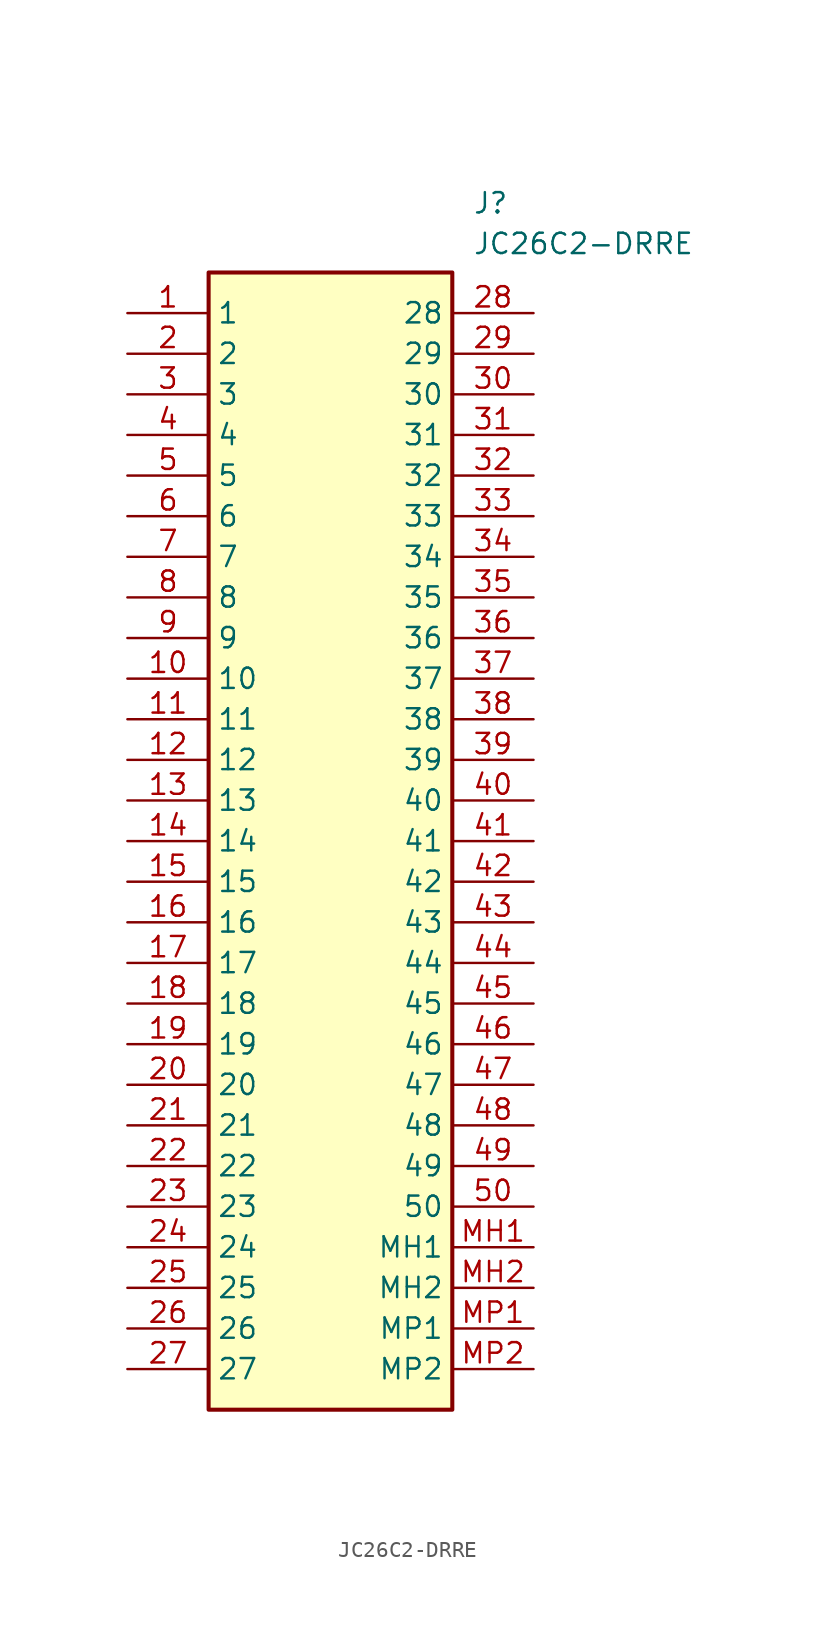
<source format=kicad_sym>
(kicad_symbol_lib
  (version 20211014)
  (generator SamacSys_ECAD_Model)
  (symbol "JC26C2-DRRE"
    (property "Reference" "J"
      (at 21.59 7.62 0)
      (effects (font (size 1.27 1.27)) (justify left top)))
    (property "Value" "JC26C2-DRRE"
      (at 21.59 5.08 0)
      (effects (font (size 1.27 1.27)) (justify left top)))
    (rectangle
      (start 5.08 2.54)
      (end 20.32 -68.58)
      (stroke (width 0.254) (type default))
      (fill (type background)))
    (pin passive line
      (at 0 0 0)
      (length 5.08)
      (name "1" (effects (font (size 1.27 1.27))))
      (number "1" (effects (font (size 1.27 1.27)))))
    (pin passive line
      (at 0 -2.54 0)
      (length 5.08)
      (name "2" (effects (font (size 1.27 1.27))))
      (number "2" (effects (font (size 1.27 1.27)))))
    (pin passive line
      (at 0 -5.08 0)
      (length 5.08)
      (name "3" (effects (font (size 1.27 1.27))))
      (number "3" (effects (font (size 1.27 1.27)))))
    (pin passive line
      (at 0 -7.62 0)
      (length 5.08)
      (name "4" (effects (font (size 1.27 1.27))))
      (number "4" (effects (font (size 1.27 1.27)))))
    (pin passive line
      (at 0 -10.16 0)
      (length 5.08)
      (name "5" (effects (font (size 1.27 1.27))))
      (number "5" (effects (font (size 1.27 1.27)))))
    (pin passive line
      (at 0 -12.7 0)
      (length 5.08)
      (name "6" (effects (font (size 1.27 1.27))))
      (number "6" (effects (font (size 1.27 1.27)))))
    (pin passive line
      (at 0 -15.24 0)
      (length 5.08)
      (name "7" (effects (font (size 1.27 1.27))))
      (number "7" (effects (font (size 1.27 1.27)))))
    (pin passive line
      (at 0 -17.78 0)
      (length 5.08)
      (name "8" (effects (font (size 1.27 1.27))))
      (number "8" (effects (font (size 1.27 1.27)))))
    (pin passive line
      (at 0 -20.32 0)
      (length 5.08)
      (name "9" (effects (font (size 1.27 1.27))))
      (number "9" (effects (font (size 1.27 1.27)))))
    (pin passive line
      (at 0 -22.86 0)
      (length 5.08)
      (name "10" (effects (font (size 1.27 1.27))))
      (number "10" (effects (font (size 1.27 1.27)))))
    (pin passive line
      (at 0 -25.4 0)
      (length 5.08)
      (name "11" (effects (font (size 1.27 1.27))))
      (number "11" (effects (font (size 1.27 1.27)))))
    (pin passive line
      (at 0 -27.94 0)
      (length 5.08)
      (name "12" (effects (font (size 1.27 1.27))))
      (number "12" (effects (font (size 1.27 1.27)))))
    (pin passive line
      (at 0 -30.48 0)
      (length 5.08)
      (name "13" (effects (font (size 1.27 1.27))))
      (number "13" (effects (font (size 1.27 1.27)))))
    (pin passive line
      (at 0 -33.02 0)
      (length 5.08)
      (name "14" (effects (font (size 1.27 1.27))))
      (number "14" (effects (font (size 1.27 1.27)))))
    (pin passive line
      (at 0 -35.56 0)
      (length 5.08)
      (name "15" (effects (font (size 1.27 1.27))))
      (number "15" (effects (font (size 1.27 1.27)))))
    (pin passive line
      (at 0 -38.1 0)
      (length 5.08)
      (name "16" (effects (font (size 1.27 1.27))))
      (number "16" (effects (font (size 1.27 1.27)))))
    (pin passive line
      (at 0 -40.64 0)
      (length 5.08)
      (name "17" (effects (font (size 1.27 1.27))))
      (number "17" (effects (font (size 1.27 1.27)))))
    (pin passive line
      (at 0 -43.18 0)
      (length 5.08)
      (name "18" (effects (font (size 1.27 1.27))))
      (number "18" (effects (font (size 1.27 1.27)))))
    (pin passive line
      (at 0 -45.72 0)
      (length 5.08)
      (name "19" (effects (font (size 1.27 1.27))))
      (number "19" (effects (font (size 1.27 1.27)))))
    (pin passive line
      (at 0 -48.26 0)
      (length 5.08)
      (name "20" (effects (font (size 1.27 1.27))))
      (number "20" (effects (font (size 1.27 1.27)))))
    (pin passive line
      (at 0 -50.8 0)
      (length 5.08)
      (name "21" (effects (font (size 1.27 1.27))))
      (number "21" (effects (font (size 1.27 1.27)))))
    (pin passive line
      (at 0 -53.34 0)
      (length 5.08)
      (name "22" (effects (font (size 1.27 1.27))))
      (number "22" (effects (font (size 1.27 1.27)))))
    (pin passive line
      (at 0 -55.88 0)
      (length 5.08)
      (name "23" (effects (font (size 1.27 1.27))))
      (number "23" (effects (font (size 1.27 1.27)))))
    (pin passive line
      (at 0 -58.42 0)
      (length 5.08)
      (name "24" (effects (font (size 1.27 1.27))))
      (number "24" (effects (font (size 1.27 1.27)))))
    (pin passive line
      (at 0 -60.96 0)
      (length 5.08)
      (name "25" (effects (font (size 1.27 1.27))))
      (number "25" (effects (font (size 1.27 1.27)))))
    (pin passive line
      (at 0 -63.5 0)
      (length 5.08)
      (name "26" (effects (font (size 1.27 1.27))))
      (number "26" (effects (font (size 1.27 1.27)))))
    (pin passive line
      (at 0 -66.04 0)
      (length 5.08)
      (name "27" (effects (font (size 1.27 1.27))))
      (number "27" (effects (font (size 1.27 1.27)))))
    (pin passive line
      (at 25.4 0 180)
      (length 5.08)
      (name "28" (effects (font (size 1.27 1.27))))
      (number "28" (effects (font (size 1.27 1.27)))))
    (pin passive line
      (at 25.4 -2.54 180)
      (length 5.08)
      (name "29" (effects (font (size 1.27 1.27))))
      (number "29" (effects (font (size 1.27 1.27)))))
    (pin passive line
      (at 25.4 -5.08 180)
      (length 5.08)
      (name "30" (effects (font (size 1.27 1.27))))
      (number "30" (effects (font (size 1.27 1.27)))))
    (pin passive line
      (at 25.4 -7.62 180)
      (length 5.08)
      (name "31" (effects (font (size 1.27 1.27))))
      (number "31" (effects (font (size 1.27 1.27)))))
    (pin passive line
      (at 25.4 -10.16 180)
      (length 5.08)
      (name "32" (effects (font (size 1.27 1.27))))
      (number "32" (effects (font (size 1.27 1.27)))))
    (pin passive line
      (at 25.4 -12.7 180)
      (length 5.08)
      (name "33" (effects (font (size 1.27 1.27))))
      (number "33" (effects (font (size 1.27 1.27)))))
    (pin passive line
      (at 25.4 -15.24 180)
      (length 5.08)
      (name "34" (effects (font (size 1.27 1.27))))
      (number "34" (effects (font (size 1.27 1.27)))))
    (pin passive line
      (at 25.4 -17.78 180)
      (length 5.08)
      (name "35" (effects (font (size 1.27 1.27))))
      (number "35" (effects (font (size 1.27 1.27)))))
    (pin passive line
      (at 25.4 -20.32 180)
      (length 5.08)
      (name "36" (effects (font (size 1.27 1.27))))
      (number "36" (effects (font (size 1.27 1.27)))))
    (pin passive line
      (at 25.4 -22.86 180)
      (length 5.08)
      (name "37" (effects (font (size 1.27 1.27))))
      (number "37" (effects (font (size 1.27 1.27)))))
    (pin passive line
      (at 25.4 -25.4 180)
      (length 5.08)
      (name "38" (effects (font (size 1.27 1.27))))
      (number "38" (effects (font (size 1.27 1.27)))))
    (pin passive line
      (at 25.4 -27.94 180)
      (length 5.08)
      (name "39" (effects (font (size 1.27 1.27))))
      (number "39" (effects (font (size 1.27 1.27)))))
    (pin passive line
      (at 25.4 -30.48 180)
      (length 5.08)
      (name "40" (effects (font (size 1.27 1.27))))
      (number "40" (effects (font (size 1.27 1.27)))))
    (pin passive line
      (at 25.4 -33.02 180)
      (length 5.08)
      (name "41" (effects (font (size 1.27 1.27))))
      (number "41" (effects (font (size 1.27 1.27)))))
    (pin passive line
      (at 25.4 -35.56 180)
      (length 5.08)
      (name "42" (effects (font (size 1.27 1.27))))
      (number "42" (effects (font (size 1.27 1.27)))))
    (pin passive line
      (at 25.4 -38.1 180)
      (length 5.08)
      (name "43" (effects (font (size 1.27 1.27))))
      (number "43" (effects (font (size 1.27 1.27)))))
    (pin passive line
      (at 25.4 -40.64 180)
      (length 5.08)
      (name "44" (effects (font (size 1.27 1.27))))
      (number "44" (effects (font (size 1.27 1.27)))))
    (pin passive line
      (at 25.4 -43.18 180)
      (length 5.08)
      (name "45" (effects (font (size 1.27 1.27))))
      (number "45" (effects (font (size 1.27 1.27)))))
    (pin passive line
      (at 25.4 -45.72 180)
      (length 5.08)
      (name "46" (effects (font (size 1.27 1.27))))
      (number "46" (effects (font (size 1.27 1.27)))))
    (pin passive line
      (at 25.4 -48.26 180)
      (length 5.08)
      (name "47" (effects (font (size 1.27 1.27))))
      (number "47" (effects (font (size 1.27 1.27)))))
    (pin passive line
      (at 25.4 -50.8 180)
      (length 5.08)
      (name "48" (effects (font (size 1.27 1.27))))
      (number "48" (effects (font (size 1.27 1.27)))))
    (pin passive line
      (at 25.4 -53.34 180)
      (length 5.08)
      (name "49" (effects (font (size 1.27 1.27))))
      (number "49" (effects (font (size 1.27 1.27)))))
    (pin passive line
      (at 25.4 -55.88 180)
      (length 5.08)
      (name "50" (effects (font (size 1.27 1.27))))
      (number "50" (effects (font (size 1.27 1.27)))))
    (pin passive line
      (at 25.4 -58.42 180)
      (length 5.08)
      (name "MH1" (effects (font (size 1.27 1.27))))
      (number "MH1" (effects (font (size 1.27 1.27)))))
    (pin passive line
      (at 25.4 -60.96 180)
      (length 5.08)
      (name "MH2" (effects (font (size 1.27 1.27))))
      (number "MH2" (effects (font (size 1.27 1.27)))))
    (pin passive line
      (at 25.4 -63.5 180)
      (length 5.08)
      (name "MP1" (effects (font (size 1.27 1.27))))
      (number "MP1" (effects (font (size 1.27 1.27)))))
    (pin passive line
      (at 25.4 -66.04 180)
      (length 5.08)
      (name "MP2" (effects (font (size 1.27 1.27))))
      (number "MP2" (effects (font (size 1.27 1.27)))))))
</source>
